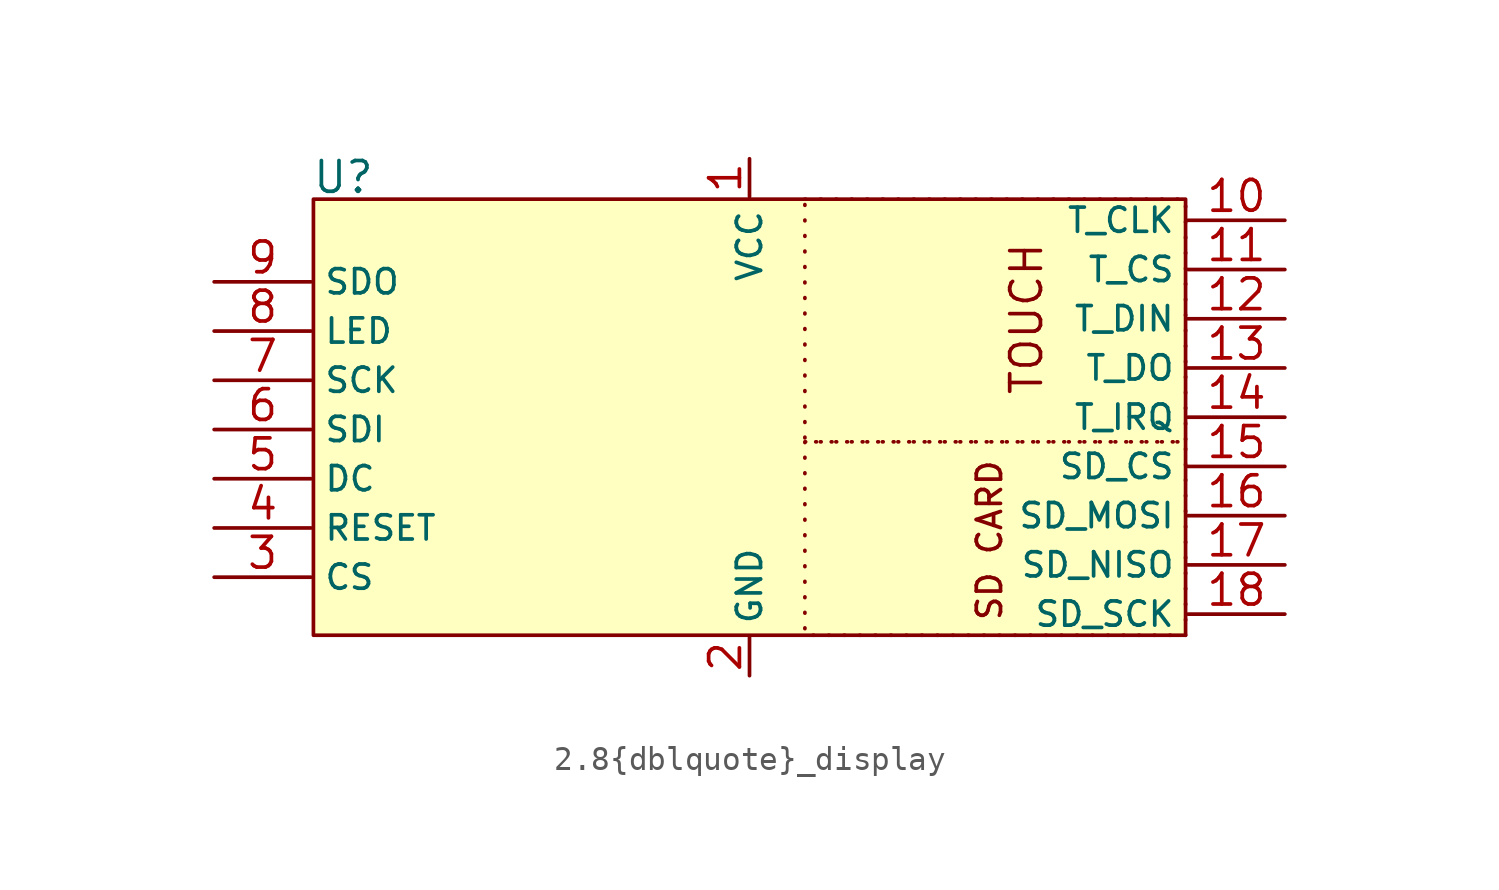
<source format=kicad_sym>
(kicad_symbol_lib
  (version 20231120)
  (generator "kicad_symbol_editor")
  (generator_version "8.0")
  (symbol "2.8{dblquote}_display"
    (property "Reference" "U"
      (at -16.764 9.906 0)
      (effects (font (size 1.27 1.27))))
    (property "Value" ""
      (at -9.652 -0.254 0)
      (effects (font (size 1.27 1.27))))
    (symbol "2.8{dblquote}_display_0_1"
      (rectangle (start -18 9) (end 18 -9) (stroke (width 0) (type default)) (fill (type background)))
      (rectangle (start 2.286 -1.016) (end 18 -9) (stroke (width 0) (type dot) (color 132 0 0 1)) (fill (type none)))
      (rectangle (start 2.286 9) (end 18 -1.016) (stroke (width 0) (type dot) (color 132 0 0 1)) (fill (type none))))
    (symbol "2.8{dblquote}_display_1_1"
      (text "SD CARD\n" (at 9.906 -5.08 900) (effects (font (size 1 1))))
      (text "TOUCH" (at 11.43 4.064 900) (effects (font (size 1.27 1.27))))
      (pin input line (at 0 10.668 270) (length 1.57) (name "VCC" (effects (font (size 1 1)))) (number "1" (effects (font (size 1.27 1.27)))))
      (pin input line (at 22.098 8.128 180) (length 4) (name "T_CLK" (effects (font (size 1 1)))) (number "10" (effects (font (size 1.27 1.27)))))
      (pin input line (at 22.098 6.096 180) (length 4) (name "T_CS" (effects (font (size 1 1)))) (number "11" (effects (font (size 1.27 1.27)))))
      (pin input line (at 22.098 4.064 180) (length 4) (name "T_DIN" (effects (font (size 1 1)))) (number "12" (effects (font (size 1.27 1.27)))))
      (pin input line (at 22.098 2.032 180) (length 4) (name "T_DO" (effects (font (size 1 1)))) (number "13" (effects (font (size 1.27 1.27)))))
      (pin input line (at 22.098 0 180) (length 4) (name "T_IRQ" (effects (font (size 1 1)))) (number "14" (effects (font (size 1.27 1.27)))))
      (pin input line (at 22.098 -2.032 180) (length 4) (name "SD_CS" (effects (font (size 1 1)))) (number "15" (effects (font (size 1.27 1.27)))))
      (pin input line (at 22.098 -4.064 180) (length 4) (name "SD_MOSI" (effects (font (size 1 1)))) (number "16" (effects (font (size 1.27 1.27)))))
      (pin input line (at 22.098 -6.096 180) (length 4) (name "SD_NISO" (effects (font (size 1 1)))) (number "17" (effects (font (size 1.27 1.27)))))
      (pin input line (at 22.098 -8.128 180) (length 4) (name "SD_SCK" (effects (font (size 1 1)))) (number "18" (effects (font (size 1.27 1.27)))))
      (pin input line (at 0 -10.668 90) (length 1.57) (name "GND" (effects (font (size 1 1)))) (number "2" (effects (font (size 1.27 1.27)))))
      (pin input line (at -22.098 -6.604 0) (length 4) (name "CS" (effects (font (size 1 1)))) (number "3" (effects (font (size 1.27 1.27)))))
      (pin input line (at -22.098 -4.572 0) (length 4) (name "RESET" (effects (font (size 1 1)))) (number "4" (effects (font (size 1.27 1.27)))))
      (pin input line (at -22.098 -2.54 0) (length 4) (name "DC" (effects (font (size 1 1)))) (number "5" (effects (font (size 1.27 1.27)))))
      (pin input line (at -22.098 -0.508 0) (length 4) (name "SDI" (effects (font (size 1 1)))) (number "6" (effects (font (size 1.27 1.27)))))
      (pin input line (at -22.098 1.524 0) (length 4) (name "SCK" (effects (font (size 1 1)))) (number "7" (effects (font (size 1.27 1.27)))))
      (pin input line (at -22.098 3.556 0) (length 4) (name "LED" (effects (font (size 1 1)))) (number "8" (effects (font (size 1.27 1.27)))))
      (pin input line (at -22.098 5.588 0) (length 4) (name "SDO" (effects (font (size 1 1)))) (number "9" (effects (font (size 1.27 1.27))))))))
</source>
